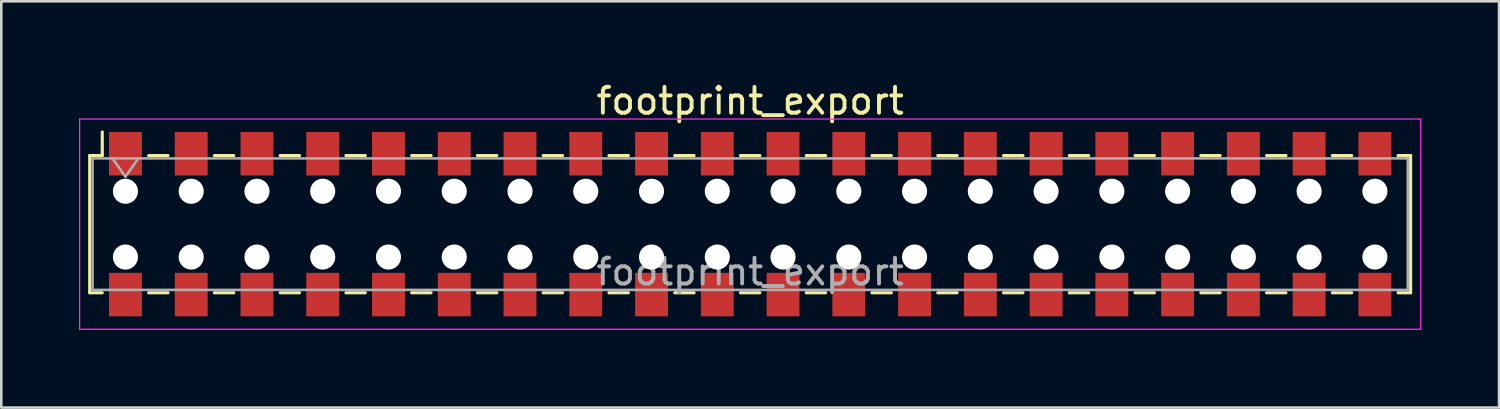
<source format=kicad_pcb>
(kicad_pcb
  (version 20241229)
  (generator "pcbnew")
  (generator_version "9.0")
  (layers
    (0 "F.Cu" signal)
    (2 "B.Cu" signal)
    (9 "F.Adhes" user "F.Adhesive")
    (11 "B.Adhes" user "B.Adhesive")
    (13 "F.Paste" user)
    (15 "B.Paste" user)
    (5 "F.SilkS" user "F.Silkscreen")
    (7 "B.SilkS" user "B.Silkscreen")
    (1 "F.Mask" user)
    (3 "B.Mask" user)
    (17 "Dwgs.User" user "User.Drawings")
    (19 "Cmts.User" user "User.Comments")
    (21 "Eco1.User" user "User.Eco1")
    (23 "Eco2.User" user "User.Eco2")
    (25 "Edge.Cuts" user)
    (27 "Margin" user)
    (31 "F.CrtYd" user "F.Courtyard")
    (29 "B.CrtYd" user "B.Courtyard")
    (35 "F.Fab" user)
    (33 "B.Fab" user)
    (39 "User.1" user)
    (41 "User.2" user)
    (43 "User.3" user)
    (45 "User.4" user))
  (footprint "footprint_export"
    (layer "F.Cu")
    (at 25.925 5.608)
    (property "Reference" "footprint_export" (at 0 -4.76 0) (layer "F.SilkS") (effects (font (size 1 1) (thickness 0.15))))
    (attr smd)
    (fp_line (start -25.51 -2.65) (end -25.51 2.65) (stroke (width 0.12) (type solid)) (layer "F.SilkS"))
    (fp_line (start -25.51 2.65) (end -25.025 2.65) (stroke (width 0.12) (type solid)) (layer "F.SilkS"))
    (fp_line (start -25.025 -3.56) (end -25.025 -2.65) (stroke (width 0.12) (type solid)) (layer "F.SilkS"))
    (fp_line (start -25.025 -2.65) (end -25.51 -2.65) (stroke (width 0.12) (type solid)) (layer "F.SilkS"))
    (fp_line (start -23.235 -2.65) (end -22.485 -2.65) (stroke (width 0.12) (type solid)) (layer "F.SilkS"))
    (fp_line (start -23.235 2.65) (end -22.485 2.65) (stroke (width 0.12) (type solid)) (layer "F.SilkS"))
    (fp_line (start -20.695 -2.65) (end -19.945 -2.65) (stroke (width 0.12) (type solid)) (layer "F.SilkS"))
    (fp_line (start -20.695 2.65) (end -19.945 2.65) (stroke (width 0.12) (type solid)) (layer "F.SilkS"))
    (fp_line (start -18.155 -2.65) (end -17.405 -2.65) (stroke (width 0.12) (type solid)) (layer "F.SilkS"))
    (fp_line (start -18.155 2.65) (end -17.405 2.65) (stroke (width 0.12) (type solid)) (layer "F.SilkS"))
    (fp_line (start -15.615 -2.65) (end -14.865 -2.65) (stroke (width 0.12) (type solid)) (layer "F.SilkS"))
    (fp_line (start -15.615 2.65) (end -14.865 2.65) (stroke (width 0.12) (type solid)) (layer "F.SilkS"))
    (fp_line (start -13.075 -2.65) (end -12.325 -2.65) (stroke (width 0.12) (type solid)) (layer "F.SilkS"))
    (fp_line (start -13.075 2.65) (end -12.325 2.65) (stroke (width 0.12) (type solid)) (layer "F.SilkS"))
    (fp_line (start -10.535 -2.65) (end -9.785 -2.65) (stroke (width 0.12) (type solid)) (layer "F.SilkS"))
    (fp_line (start -10.535 2.65) (end -9.785 2.65) (stroke (width 0.12) (type solid)) (layer "F.SilkS"))
    (fp_line (start -7.995 -2.65) (end -7.245 -2.65) (stroke (width 0.12) (type solid)) (layer "F.SilkS"))
    (fp_line (start -7.995 2.65) (end -7.245 2.65) (stroke (width 0.12) (type solid)) (layer "F.SilkS"))
    (fp_line (start -5.455 -2.65) (end -4.705 -2.65) (stroke (width 0.12) (type solid)) (layer "F.SilkS"))
    (fp_line (start -5.455 2.65) (end -4.705 2.65) (stroke (width 0.12) (type solid)) (layer "F.SilkS"))
    (fp_line (start -2.915 -2.65) (end -2.165 -2.65) (stroke (width 0.12) (type solid)) (layer "F.SilkS"))
    (fp_line (start -2.915 2.65) (end -2.165 2.65) (stroke (width 0.12) (type solid)) (layer "F.SilkS"))
    (fp_line (start -0.375 -2.65) (end 0.375 -2.65) (stroke (width 0.12) (type solid)) (layer "F.SilkS"))
    (fp_line (start -0.375 2.65) (end 0.375 2.65) (stroke (width 0.12) (type solid)) (layer "F.SilkS"))
    (fp_line (start 2.165 -2.65) (end 2.915 -2.65) (stroke (width 0.12) (type solid)) (layer "F.SilkS"))
    (fp_line (start 2.165 2.65) (end 2.915 2.65) (stroke (width 0.12) (type solid)) (layer "F.SilkS"))
    (fp_line (start 4.705 -2.65) (end 5.455 -2.65) (stroke (width 0.12) (type solid)) (layer "F.SilkS"))
    (fp_line (start 4.705 2.65) (end 5.455 2.65) (stroke (width 0.12) (type solid)) (layer "F.SilkS"))
    (fp_line (start 7.245 -2.65) (end 7.995 -2.65) (stroke (width 0.12) (type solid)) (layer "F.SilkS"))
    (fp_line (start 7.245 2.65) (end 7.995 2.65) (stroke (width 0.12) (type solid)) (layer "F.SilkS"))
    (fp_line (start 9.785 -2.65) (end 10.535 -2.65) (stroke (width 0.12) (type solid)) (layer "F.SilkS"))
    (fp_line (start 9.785 2.65) (end 10.535 2.65) (stroke (width 0.12) (type solid)) (layer "F.SilkS"))
    (fp_line (start 12.325 -2.65) (end 13.075 -2.65) (stroke (width 0.12) (type solid)) (layer "F.SilkS"))
    (fp_line (start 12.325 2.65) (end 13.075 2.65) (stroke (width 0.12) (type solid)) (layer "F.SilkS"))
    (fp_line (start 14.865 -2.65) (end 15.615 -2.65) (stroke (width 0.12) (type solid)) (layer "F.SilkS"))
    (fp_line (start 14.865 2.65) (end 15.615 2.65) (stroke (width 0.12) (type solid)) (layer "F.SilkS"))
    (fp_line (start 17.405 -2.65) (end 18.155 -2.65) (stroke (width 0.12) (type solid)) (layer "F.SilkS"))
    (fp_line (start 17.405 2.65) (end 18.155 2.65) (stroke (width 0.12) (type solid)) (layer "F.SilkS"))
    (fp_line (start 19.945 -2.65) (end 20.695 -2.65) (stroke (width 0.12) (type solid)) (layer "F.SilkS"))
    (fp_line (start 19.945 2.65) (end 20.695 2.65) (stroke (width 0.12) (type solid)) (layer "F.SilkS"))
    (fp_line (start 22.485 -2.65) (end 23.235 -2.65) (stroke (width 0.12) (type solid)) (layer "F.SilkS"))
    (fp_line (start 22.485 2.65) (end 23.235 2.65) (stroke (width 0.12) (type solid)) (layer "F.SilkS"))
    (fp_line (start 25.025 -2.65) (end 25.51 -2.65) (stroke (width 0.12) (type solid)) (layer "F.SilkS"))
    (fp_line (start 25.51 -2.65) (end 25.51 2.65) (stroke (width 0.12) (type solid)) (layer "F.SilkS"))
    (fp_line (start 25.51 2.65) (end 25.025 2.65) (stroke (width 0.12) (type solid)) (layer "F.SilkS"))
    (fp_line (start -25.9 -4.06) (end 25.9 -4.06) (stroke (width 0.05) (type solid)) (layer "F.CrtYd"))
    (fp_line (start -25.9 4.06) (end -25.9 -4.06) (stroke (width 0.05) (type solid)) (layer "F.CrtYd"))
    (fp_line (start 25.9 -4.06) (end 25.9 4.06) (stroke (width 0.05) (type solid)) (layer "F.CrtYd"))
    (fp_line (start 25.9 4.06) (end -25.9 4.06) (stroke (width 0.05) (type solid)) (layer "F.CrtYd"))
    (fp_line (start -25.4 -2.54) (end 25.4 -2.54) (stroke (width 0.1) (type solid)) (layer "F.Fab"))
    (fp_line (start -25.4 2.54) (end -25.4 -2.54) (stroke (width 0.1) (type solid)) (layer "F.Fab"))
    (fp_line (start -24.63 -2.54) (end -24.13 -1.833) (stroke (width 0.1) (type solid)) (layer "F.Fab"))
    (fp_line (start -24.13 -1.833) (end -23.63 -2.54) (stroke (width 0.1) (type solid)) (layer "F.Fab"))
    (fp_line (start 25.4 -2.54) (end 25.4 2.54) (stroke (width 0.1) (type solid)) (layer "F.Fab"))
    (fp_line (start 25.4 2.54) (end -25.4 2.54) (stroke (width 0.1) (type solid)) (layer "F.Fab"))
    (fp_text user "${REFERENCE}" (at 0 1.84 0) (layer "F.Fab") (effects (font (size 1 1) (thickness 0.15))))
    (pad "" np_thru_hole circle (at -24.13 -1.27) (size 0.97 0.97) (drill 0.97) (layers "*.Cu" "*.Mask"))
    (pad "" np_thru_hole circle (at -24.13 1.27) (size 0.97 0.97) (drill 0.97) (layers "*.Cu" "*.Mask"))
    (pad "" np_thru_hole circle (at -21.59 -1.27) (size 0.97 0.97) (drill 0.97) (layers "*.Cu" "*.Mask"))
    (pad "" np_thru_hole circle (at -21.59 1.27) (size 0.97 0.97) (drill 0.97) (layers "*.Cu" "*.Mask"))
    (pad "" np_thru_hole circle (at -19.05 -1.27) (size 0.97 0.97) (drill 0.97) (layers "*.Cu" "*.Mask"))
    (pad "" np_thru_hole circle (at -19.05 1.27) (size 0.97 0.97) (drill 0.97) (layers "*.Cu" "*.Mask"))
    (pad "" np_thru_hole circle (at -16.51 -1.27) (size 0.97 0.97) (drill 0.97) (layers "*.Cu" "*.Mask"))
    (pad "" np_thru_hole circle (at -16.51 1.27) (size 0.97 0.97) (drill 0.97) (layers "*.Cu" "*.Mask"))
    (pad "" np_thru_hole circle (at -13.97 -1.27) (size 0.97 0.97) (drill 0.97) (layers "*.Cu" "*.Mask"))
    (pad "" np_thru_hole circle (at -13.97 1.27) (size 0.97 0.97) (drill 0.97) (layers "*.Cu" "*.Mask"))
    (pad "" np_thru_hole circle (at -11.43 -1.27) (size 0.97 0.97) (drill 0.97) (layers "*.Cu" "*.Mask"))
    (pad "" np_thru_hole circle (at -11.43 1.27) (size 0.97 0.97) (drill 0.97) (layers "*.Cu" "*.Mask"))
    (pad "" np_thru_hole circle (at -8.89 -1.27) (size 0.97 0.97) (drill 0.97) (layers "*.Cu" "*.Mask"))
    (pad "" np_thru_hole circle (at -8.89 1.27) (size 0.97 0.97) (drill 0.97) (layers "*.Cu" "*.Mask"))
    (pad "" np_thru_hole circle (at -6.35 -1.27) (size 0.97 0.97) (drill 0.97) (layers "*.Cu" "*.Mask"))
    (pad "" np_thru_hole circle (at -6.35 1.27) (size 0.97 0.97) (drill 0.97) (layers "*.Cu" "*.Mask"))
    (pad "" np_thru_hole circle (at -3.81 -1.27) (size 0.97 0.97) (drill 0.97) (layers "*.Cu" "*.Mask"))
    (pad "" np_thru_hole circle (at -3.81 1.27) (size 0.97 0.97) (drill 0.97) (layers "*.Cu" "*.Mask"))
    (pad "" np_thru_hole circle (at -1.27 -1.27) (size 0.97 0.97) (drill 0.97) (layers "*.Cu" "*.Mask"))
    (pad "" np_thru_hole circle (at -1.27 1.27) (size 0.97 0.97) (drill 0.97) (layers "*.Cu" "*.Mask"))
    (pad "" np_thru_hole circle (at 1.27 -1.27) (size 0.97 0.97) (drill 0.97) (layers "*.Cu" "*.Mask"))
    (pad "" np_thru_hole circle (at 1.27 1.27) (size 0.97 0.97) (drill 0.97) (layers "*.Cu" "*.Mask"))
    (pad "" np_thru_hole circle (at 3.81 -1.27) (size 0.97 0.97) (drill 0.97) (layers "*.Cu" "*.Mask"))
    (pad "" np_thru_hole circle (at 3.81 1.27) (size 0.97 0.97) (drill 0.97) (layers "*.Cu" "*.Mask"))
    (pad "" np_thru_hole circle (at 6.35 -1.27) (size 0.97 0.97) (drill 0.97) (layers "*.Cu" "*.Mask"))
    (pad "" np_thru_hole circle (at 6.35 1.27) (size 0.97 0.97) (drill 0.97) (layers "*.Cu" "*.Mask"))
    (pad "" np_thru_hole circle (at 8.89 -1.27) (size 0.97 0.97) (drill 0.97) (layers "*.Cu" "*.Mask"))
    (pad "" np_thru_hole circle (at 8.89 1.27) (size 0.97 0.97) (drill 0.97) (layers "*.Cu" "*.Mask"))
    (pad "" np_thru_hole circle (at 11.43 -1.27) (size 0.97 0.97) (drill 0.97) (layers "*.Cu" "*.Mask"))
    (pad "" np_thru_hole circle (at 11.43 1.27) (size 0.97 0.97) (drill 0.97) (layers "*.Cu" "*.Mask"))
    (pad "" np_thru_hole circle (at 13.97 -1.27) (size 0.97 0.97) (drill 0.97) (layers "*.Cu" "*.Mask"))
    (pad "" np_thru_hole circle (at 13.97 1.27) (size 0.97 0.97) (drill 0.97) (layers "*.Cu" "*.Mask"))
    (pad "" np_thru_hole circle (at 16.51 -1.27) (size 0.97 0.97) (drill 0.97) (layers "*.Cu" "*.Mask"))
    (pad "" np_thru_hole circle (at 16.51 1.27) (size 0.97 0.97) (drill 0.97) (layers "*.Cu" "*.Mask"))
    (pad "" np_thru_hole circle (at 19.05 -1.27) (size 0.97 0.97) (drill 0.97) (layers "*.Cu" "*.Mask"))
    (pad "" np_thru_hole circle (at 19.05 1.27) (size 0.97 0.97) (drill 0.97) (layers "*.Cu" "*.Mask"))
    (pad "" np_thru_hole circle (at 21.59 -1.27) (size 0.97 0.97) (drill 0.97) (layers "*.Cu" "*.Mask"))
    (pad "" np_thru_hole circle (at 21.59 1.27) (size 0.97 0.97) (drill 0.97) (layers "*.Cu" "*.Mask"))
    (pad "" np_thru_hole circle (at 24.13 -1.27) (size 0.97 0.97) (drill 0.97) (layers "*.Cu" "*.Mask"))
    (pad "" np_thru_hole circle (at 24.13 1.27) (size 0.97 0.97) (drill 0.97) (layers "*.Cu" "*.Mask"))
    (pad "1" smd rect (at -24.13 -2.72) (size 1.27 1.68) (layers "F.Cu" "F.Mask" "F.Paste"))
    (pad "2" smd rect (at -24.13 2.72) (size 1.27 1.68) (layers "F.Cu" "F.Mask" "F.Paste"))
    (pad "3" smd rect (at -21.59 -2.72) (size 1.27 1.68) (layers "F.Cu" "F.Mask" "F.Paste"))
    (pad "4" smd rect (at -21.59 2.72) (size 1.27 1.68) (layers "F.Cu" "F.Mask" "F.Paste"))
    (pad "5" smd rect (at -19.05 -2.72) (size 1.27 1.68) (layers "F.Cu" "F.Mask" "F.Paste"))
    (pad "6" smd rect (at -19.05 2.72) (size 1.27 1.68) (layers "F.Cu" "F.Mask" "F.Paste"))
    (pad "7" smd rect (at -16.51 -2.72) (size 1.27 1.68) (layers "F.Cu" "F.Mask" "F.Paste"))
    (pad "8" smd rect (at -16.51 2.72) (size 1.27 1.68) (layers "F.Cu" "F.Mask" "F.Paste"))
    (pad "9" smd rect (at -13.97 -2.72) (size 1.27 1.68) (layers "F.Cu" "F.Mask" "F.Paste"))
    (pad "10" smd rect (at -13.97 2.72) (size 1.27 1.68) (layers "F.Cu" "F.Mask" "F.Paste"))
    (pad "11" smd rect (at -11.43 -2.72) (size 1.27 1.68) (layers "F.Cu" "F.Mask" "F.Paste"))
    (pad "12" smd rect (at -11.43 2.72) (size 1.27 1.68) (layers "F.Cu" "F.Mask" "F.Paste"))
    (pad "13" smd rect (at -8.89 -2.72) (size 1.27 1.68) (layers "F.Cu" "F.Mask" "F.Paste"))
    (pad "14" smd rect (at -8.89 2.72) (size 1.27 1.68) (layers "F.Cu" "F.Mask" "F.Paste"))
    (pad "15" smd rect (at -6.35 -2.72) (size 1.27 1.68) (layers "F.Cu" "F.Mask" "F.Paste"))
    (pad "16" smd rect (at -6.35 2.72) (size 1.27 1.68) (layers "F.Cu" "F.Mask" "F.Paste"))
    (pad "17" smd rect (at -3.81 -2.72) (size 1.27 1.68) (layers "F.Cu" "F.Mask" "F.Paste"))
    (pad "18" smd rect (at -3.81 2.72) (size 1.27 1.68) (layers "F.Cu" "F.Mask" "F.Paste"))
    (pad "19" smd rect (at -1.27 -2.72) (size 1.27 1.68) (layers "F.Cu" "F.Mask" "F.Paste"))
    (pad "20" smd rect (at -1.27 2.72) (size 1.27 1.68) (layers "F.Cu" "F.Mask" "F.Paste"))
    (pad "21" smd rect (at 1.27 -2.72) (size 1.27 1.68) (layers "F.Cu" "F.Mask" "F.Paste"))
    (pad "22" smd rect (at 1.27 2.72) (size 1.27 1.68) (layers "F.Cu" "F.Mask" "F.Paste"))
    (pad "23" smd rect (at 3.81 -2.72) (size 1.27 1.68) (layers "F.Cu" "F.Mask" "F.Paste"))
    (pad "24" smd rect (at 3.81 2.72) (size 1.27 1.68) (layers "F.Cu" "F.Mask" "F.Paste"))
    (pad "25" smd rect (at 6.35 -2.72) (size 1.27 1.68) (layers "F.Cu" "F.Mask" "F.Paste"))
    (pad "26" smd rect (at 6.35 2.72) (size 1.27 1.68) (layers "F.Cu" "F.Mask" "F.Paste"))
    (pad "27" smd rect (at 8.89 -2.72) (size 1.27 1.68) (layers "F.Cu" "F.Mask" "F.Paste"))
    (pad "28" smd rect (at 8.89 2.72) (size 1.27 1.68) (layers "F.Cu" "F.Mask" "F.Paste"))
    (pad "29" smd rect (at 11.43 -2.72) (size 1.27 1.68) (layers "F.Cu" "F.Mask" "F.Paste"))
    (pad "30" smd rect (at 11.43 2.72) (size 1.27 1.68) (layers "F.Cu" "F.Mask" "F.Paste"))
    (pad "31" smd rect (at 13.97 -2.72) (size 1.27 1.68) (layers "F.Cu" "F.Mask" "F.Paste"))
    (pad "32" smd rect (at 13.97 2.72) (size 1.27 1.68) (layers "F.Cu" "F.Mask" "F.Paste"))
    (pad "33" smd rect (at 16.51 -2.72) (size 1.27 1.68) (layers "F.Cu" "F.Mask" "F.Paste"))
    (pad "34" smd rect (at 16.51 2.72) (size 1.27 1.68) (layers "F.Cu" "F.Mask" "F.Paste"))
    (pad "35" smd rect (at 19.05 -2.72) (size 1.27 1.68) (layers "F.Cu" "F.Mask" "F.Paste"))
    (pad "36" smd rect (at 19.05 2.72) (size 1.27 1.68) (layers "F.Cu" "F.Mask" "F.Paste"))
    (pad "37" smd rect (at 21.59 -2.72) (size 1.27 1.68) (layers "F.Cu" "F.Mask" "F.Paste"))
    (pad "38" smd rect (at 21.59 2.72) (size 1.27 1.68) (layers "F.Cu" "F.Mask" "F.Paste"))
    (pad "39" smd rect (at 24.13 -2.72) (size 1.27 1.68) (layers "F.Cu" "F.Mask" "F.Paste"))
    (pad "40" smd rect (at 24.13 2.72) (size 1.27 1.68) (layers "F.Cu" "F.Mask" "F.Paste")))
  (gr_rect
    (start -3 -3)
    (end 54.85 12.693)
    (stroke (width 0.1) (type default))
    (fill no)
    (layer "Edge.Cuts")))
</source>
